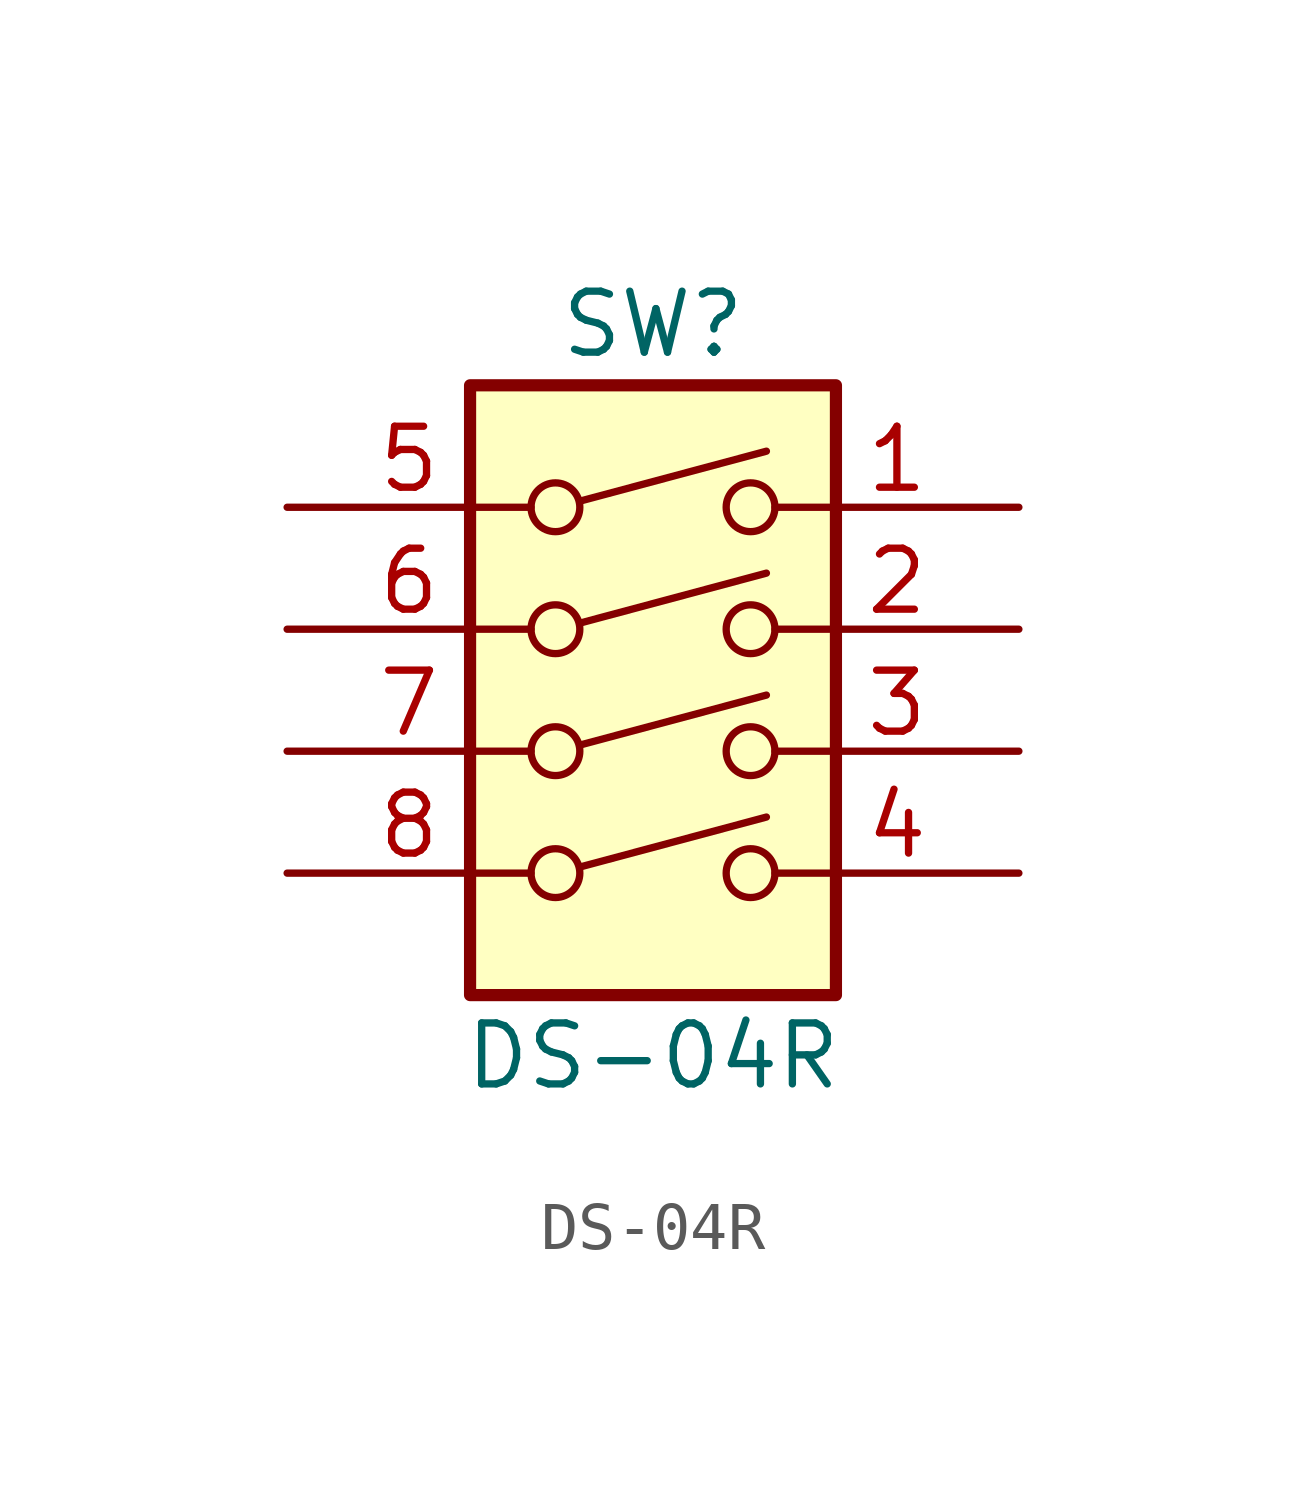
<source format=kicad_sym>
(kicad_symbol_lib
  (version 20241209)
  (generator "kicad_symbol_editor")
  (generator_version "9.0")
  (symbol "DS-04R"
    (pin_names
      (offset 0)
      (hide yes))
    (property "Reference" "SW"
      (at 0 6.35 0)
      (effects (font (size 1.27 1.27))))
    (property "Value" "DS-04R"
      (at 0 -8.89 0)
      (effects (font (size 1.27 1.27))))
    (symbol "DS-04R_0_0"
      (circle (center -2.032 2.54) (radius 0.508) (stroke (width 0) (type default)) (fill (type none)))
      (circle (center -2.032 0) (radius 0.508) (stroke (width 0) (type default)) (fill (type none)))
      (circle (center -2.032 -2.54) (radius 0.508) (stroke (width 0) (type default)) (fill (type none)))
      (circle (center -2.032 -5.08) (radius 0.508) (stroke (width 0) (type default)) (fill (type none)))
      (polyline (pts (xy -1.524 2.667) (xy 2.362 3.708)) (stroke (width 0) (type default)) (fill (type none)))
      (polyline (pts (xy -1.524 0.127) (xy 2.362 1.168)) (stroke (width 0) (type default)) (fill (type none)))
      (polyline (pts (xy -1.524 -2.413) (xy 2.362 -1.372)) (stroke (width 0) (type default)) (fill (type none)))
      (polyline (pts (xy -1.524 -4.953) (xy 2.362 -3.912)) (stroke (width 0) (type default)) (fill (type none)))
      (circle (center 2.032 2.54) (radius 0.508) (stroke (width 0) (type default)) (fill (type none)))
      (circle (center 2.032 0) (radius 0.508) (stroke (width 0) (type default)) (fill (type none)))
      (circle (center 2.032 -2.54) (radius 0.508) (stroke (width 0) (type default)) (fill (type none)))
      (circle (center 2.032 -5.08) (radius 0.508) (stroke (width 0) (type default)) (fill (type none))))
    (symbol "DS-04R_0_1"
      (rectangle (start -3.81 5.08) (end 3.81 -7.62) (stroke (width 0.254) (type default)) (fill (type background))))
    (symbol "DS-04R_1_1"
      (pin passive line (at -7.62 2.54 0) (length 5.08) (name "~" (effects (font (size 1.27 1.27)))) (number "5" (effects (font (size 1.27 1.27)))))
      (pin passive line (at -7.62 0 0) (length 5.08) (name "~" (effects (font (size 1.27 1.27)))) (number "6" (effects (font (size 1.27 1.27)))))
      (pin passive line (at -7.62 -2.54 0) (length 5.08) (name "~" (effects (font (size 1.27 1.27)))) (number "7" (effects (font (size 1.27 1.27)))))
      (pin passive line (at -7.62 -5.08 0) (length 5.08) (name "~" (effects (font (size 1.27 1.27)))) (number "8" (effects (font (size 1.27 1.27)))))
      (pin passive line (at 7.62 2.54 180) (length 5.08) (name "~" (effects (font (size 1.27 1.27)))) (number "1" (effects (font (size 1.27 1.27)))))
      (pin passive line (at 7.62 0 180) (length 5.08) (name "~" (effects (font (size 1.27 1.27)))) (number "2" (effects (font (size 1.27 1.27)))))
      (pin passive line (at 7.62 -2.54 180) (length 5.08) (name "~" (effects (font (size 1.27 1.27)))) (number "3" (effects (font (size 1.27 1.27)))))
      (pin passive line (at 7.62 -5.08 180) (length 5.08) (name "~" (effects (font (size 1.27 1.27)))) (number "4" (effects (font (size 1.27 1.27))))))))
</source>
